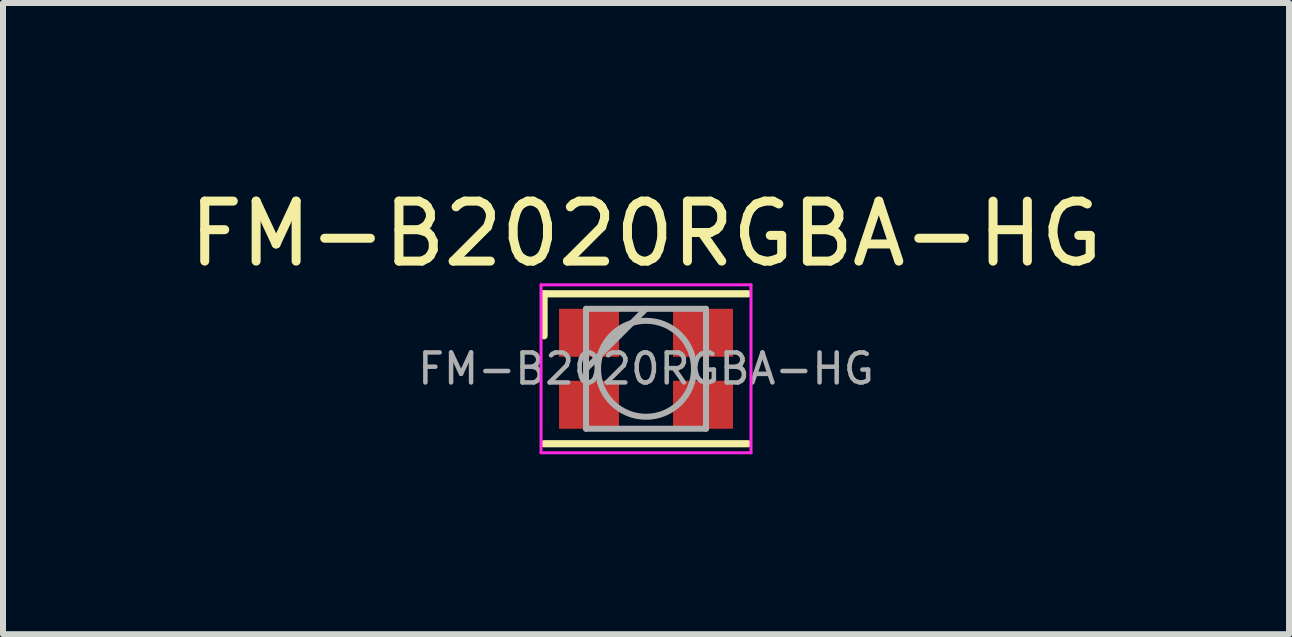
<source format=kicad_pcb>
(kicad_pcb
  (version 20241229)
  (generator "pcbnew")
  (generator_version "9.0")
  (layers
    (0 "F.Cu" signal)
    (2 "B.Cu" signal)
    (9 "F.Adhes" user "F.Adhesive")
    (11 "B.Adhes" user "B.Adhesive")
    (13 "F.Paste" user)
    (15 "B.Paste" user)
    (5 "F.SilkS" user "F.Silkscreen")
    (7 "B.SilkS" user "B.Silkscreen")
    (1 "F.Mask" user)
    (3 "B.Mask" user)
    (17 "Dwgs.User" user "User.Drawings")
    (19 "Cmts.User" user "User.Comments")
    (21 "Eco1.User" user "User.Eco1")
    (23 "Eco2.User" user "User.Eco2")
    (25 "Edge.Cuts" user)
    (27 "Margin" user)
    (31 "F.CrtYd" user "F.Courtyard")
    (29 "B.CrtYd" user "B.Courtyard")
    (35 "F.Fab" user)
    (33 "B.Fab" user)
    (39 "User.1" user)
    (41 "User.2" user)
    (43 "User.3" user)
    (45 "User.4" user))
  (footprint "FM-B2020RGBA-HG"
    (layer "F.Cu")
    (at 7.72 3.098)
    (property "Reference" "FM-B2020RGBA-HG" (at 0 -2.25 0) (layer "F.SilkS") (effects (font (size 1 1) (thickness 0.15))))
    (attr through_hole)
    (fp_line (start -1.7 -1.25) (end 1.7 -1.25) (stroke (width 0.12) (type solid)) (layer "F.SilkS"))
    (fp_line (start -1.7 -0.55) (end -1.7 -1.25) (stroke (width 0.12) (type solid)) (layer "F.SilkS"))
    (fp_line (start -1.7 1.25) (end 1.7 1.25) (stroke (width 0.12) (type solid)) (layer "F.SilkS"))
    (fp_line (start -1.75 -1.4) (end -1.75 1.4) (stroke (width 0.05) (type solid)) (layer "F.CrtYd"))
    (fp_line (start -1.75 1.4) (end 1.75 1.4) (stroke (width 0.05) (type solid)) (layer "F.CrtYd"))
    (fp_line (start 1.75 -1.4) (end -1.75 -1.4) (stroke (width 0.05) (type solid)) (layer "F.CrtYd"))
    (fp_line (start 1.75 1.4) (end 1.75 -1.4) (stroke (width 0.05) (type solid)) (layer "F.CrtYd"))
    (fp_line (start -1 -1) (end -1 1) (stroke (width 0.1) (type solid)) (layer "F.Fab"))
    (fp_line (start -1 1) (end 1 1) (stroke (width 0.1) (type solid)) (layer "F.Fab"))
    (fp_line (start 0 -1) (end -1 0) (stroke (width 0.1) (type solid)) (layer "F.Fab"))
    (fp_line (start 1 -1) (end -1 -1) (stroke (width 0.1) (type solid)) (layer "F.Fab"))
    (fp_line (start 1 1) (end 1 -1) (stroke (width 0.1) (type solid)) (layer "F.Fab"))
    (fp_circle (center 0 0) (end 0.8 0) (stroke (width 0.1) (type solid)) (fill no) (layer "F.Fab"))
    (fp_text user "${REFERENCE}" (at 0 0 0) (layer "F.Fab") (effects (font (size 0.5 0.5) (thickness 0.075))))
    (pad "1" smd rect (at -0.95 -0.6) (size 1 0.8) (layers "F.Cu" "F.Mask" "F.Paste"))
    (pad "2" smd rect (at 0.95 -0.6) (size 1 0.8) (layers "F.Cu" "F.Mask" "F.Paste"))
    (pad "3" smd rect (at 0.95 0.6) (size 1 0.8) (layers "F.Cu" "F.Mask" "F.Paste"))
    (pad "4" smd rect (at -0.95 0.6) (size 1 0.8) (layers "F.Cu" "F.Mask" "F.Paste")))
  (gr_rect
    (start -3 -3)
    (end 18.44 7.523)
    (stroke (width 0.1) (type default))
    (fill no)
    (layer "Edge.Cuts")))
</source>
